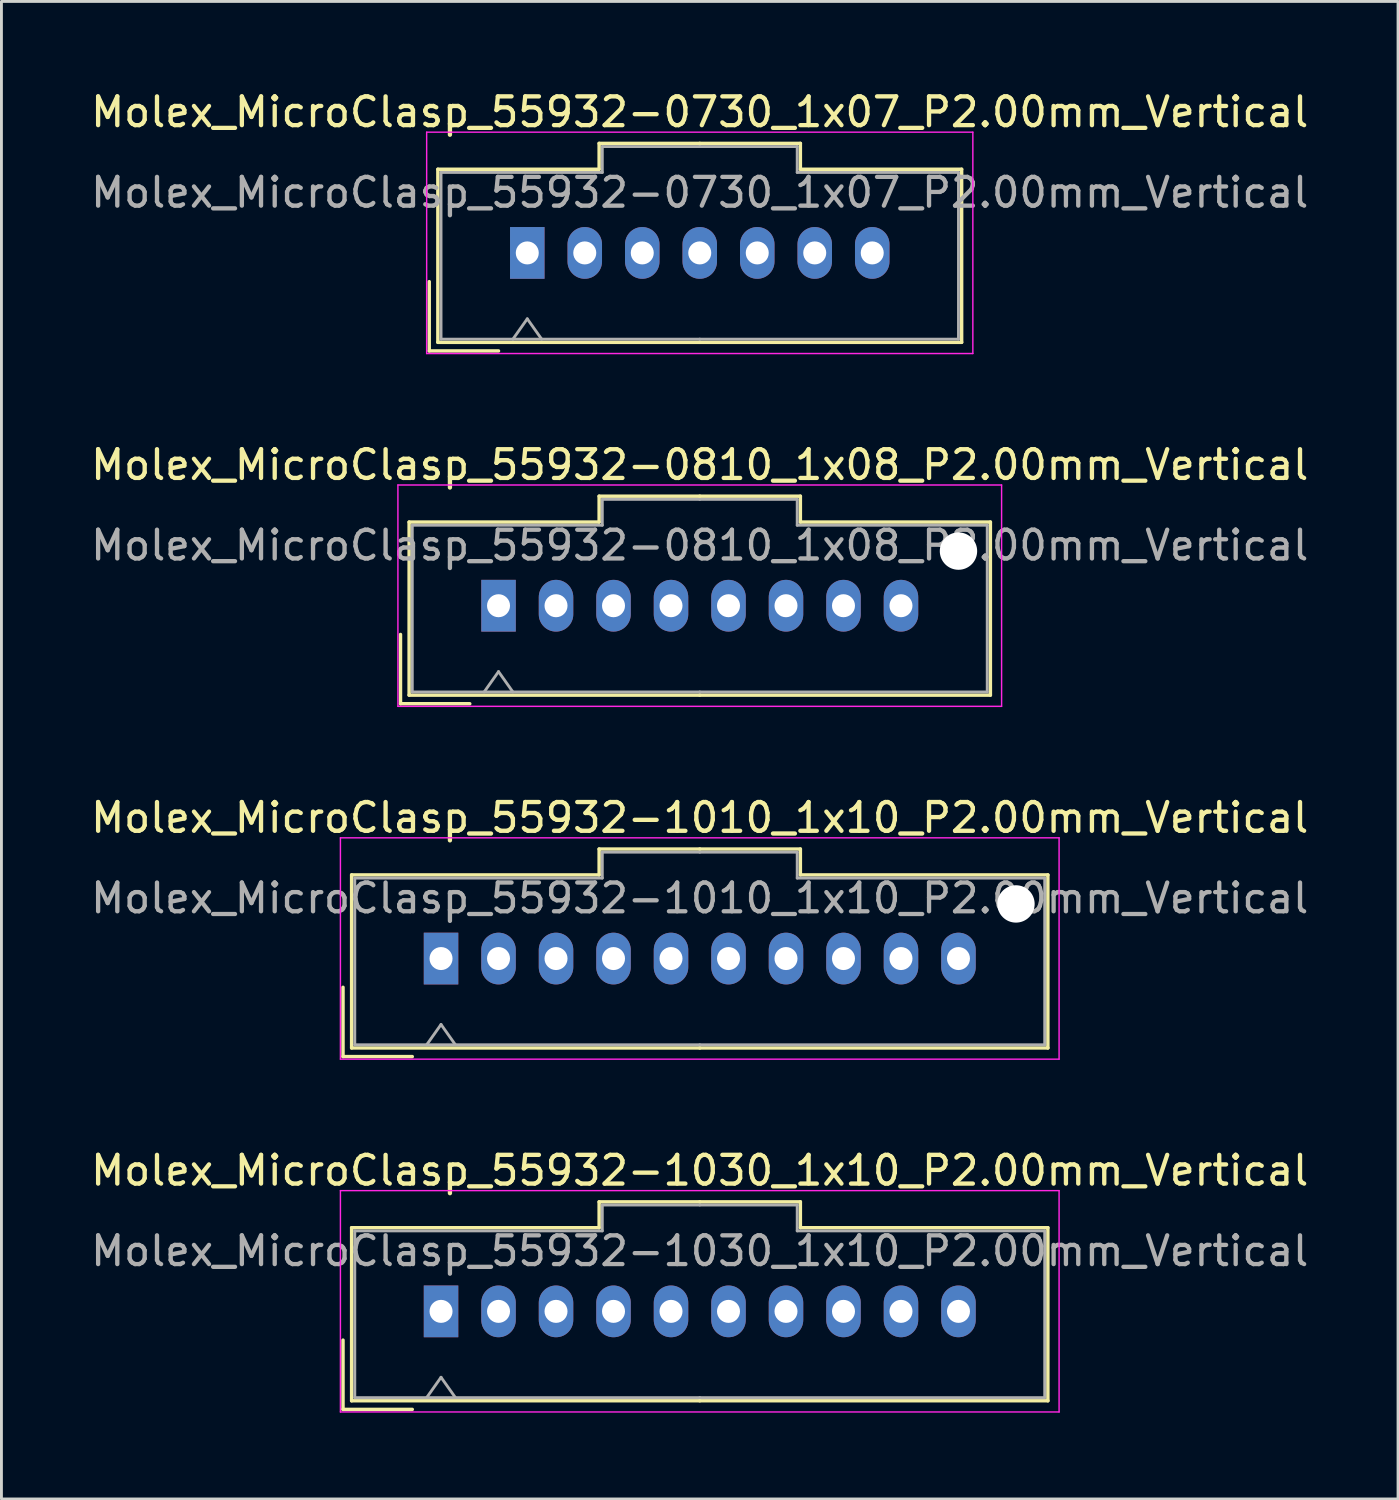
<source format=kicad_pcb>
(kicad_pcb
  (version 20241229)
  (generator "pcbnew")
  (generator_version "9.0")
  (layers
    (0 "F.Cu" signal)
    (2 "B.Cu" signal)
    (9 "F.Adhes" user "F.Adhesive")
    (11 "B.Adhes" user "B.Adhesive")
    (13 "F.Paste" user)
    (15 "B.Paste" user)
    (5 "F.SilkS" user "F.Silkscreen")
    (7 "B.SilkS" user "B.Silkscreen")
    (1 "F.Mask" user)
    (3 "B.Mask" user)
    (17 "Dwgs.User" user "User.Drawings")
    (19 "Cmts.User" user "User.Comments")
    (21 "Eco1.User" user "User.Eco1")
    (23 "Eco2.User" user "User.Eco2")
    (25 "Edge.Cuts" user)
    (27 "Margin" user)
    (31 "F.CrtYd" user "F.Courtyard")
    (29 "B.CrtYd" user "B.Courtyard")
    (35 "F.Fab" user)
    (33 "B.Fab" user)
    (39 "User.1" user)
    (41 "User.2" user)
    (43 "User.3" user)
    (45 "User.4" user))
  (footprint "Molex_MicroClasp_55932-0730_1x07_P2.00mm_Vertical"
    (layer "F.Cu")
    (at 15.292 5.748)
    (property "Reference" "Molex_MicroClasp_55932-0730_1x07_P2.00mm_Vertical" (at 6 -4.9 0) (layer "F.SilkS") (effects (font (size 1 1) (thickness 0.15))))
    (attr through_hole)
    (fp_line (start -3.41 1) (end -3.41 3.41) (stroke (width 0.12) (type solid)) (layer "F.SilkS"))
    (fp_line (start -3.41 3.41) (end -1 3.41) (stroke (width 0.12) (type solid)) (layer "F.SilkS"))
    (fp_line (start -3.11 -2.91) (end -3.11 3.11) (stroke (width 0.12) (type solid)) (layer "F.SilkS"))
    (fp_line (start -3.11 3.11) (end 6 3.11) (stroke (width 0.12) (type solid)) (layer "F.SilkS"))
    (fp_line (start 2.5 -3.81) (end 2.5 -2.91) (stroke (width 0.12) (type solid)) (layer "F.SilkS"))
    (fp_line (start 2.5 -2.91) (end -3.11 -2.91) (stroke (width 0.12) (type solid)) (layer "F.SilkS"))
    (fp_line (start 6 -3.81) (end 2.5 -3.81) (stroke (width 0.12) (type solid)) (layer "F.SilkS"))
    (fp_line (start 6 -3.81) (end 9.5 -3.81) (stroke (width 0.12) (type solid)) (layer "F.SilkS"))
    (fp_line (start 9.5 -3.81) (end 9.5 -2.91) (stroke (width 0.12) (type solid)) (layer "F.SilkS"))
    (fp_line (start 9.5 -2.91) (end 15.11 -2.91) (stroke (width 0.12) (type solid)) (layer "F.SilkS"))
    (fp_line (start 15.11 -2.91) (end 15.11 3.11) (stroke (width 0.12) (type solid)) (layer "F.SilkS"))
    (fp_line (start 15.11 3.11) (end 6 3.11) (stroke (width 0.12) (type solid)) (layer "F.SilkS"))
    (fp_line (start -3.5 -4.2) (end -3.5 3.5) (stroke (width 0.05) (type solid)) (layer "F.CrtYd"))
    (fp_line (start -3.5 3.5) (end 15.5 3.5) (stroke (width 0.05) (type solid)) (layer "F.CrtYd"))
    (fp_line (start 15.5 -4.2) (end -3.5 -4.2) (stroke (width 0.05) (type solid)) (layer "F.CrtYd"))
    (fp_line (start 15.5 3.5) (end 15.5 -4.2) (stroke (width 0.05) (type solid)) (layer "F.CrtYd"))
    (fp_line (start -3 -2.8) (end -3 3) (stroke (width 0.1) (type solid)) (layer "F.Fab"))
    (fp_line (start -3 3) (end 6 3) (stroke (width 0.1) (type solid)) (layer "F.Fab"))
    (fp_line (start -0.5 3) (end 0 2.293) (stroke (width 0.1) (type solid)) (layer "F.Fab"))
    (fp_line (start 0 2.293) (end 0.5 3) (stroke (width 0.1) (type solid)) (layer "F.Fab"))
    (fp_line (start 2.61 -3.7) (end 2.61 -2.8) (stroke (width 0.1) (type solid)) (layer "F.Fab"))
    (fp_line (start 2.61 -2.8) (end -3 -2.8) (stroke (width 0.1) (type solid)) (layer "F.Fab"))
    (fp_line (start 6 -3.7) (end 2.61 -3.7) (stroke (width 0.1) (type solid)) (layer "F.Fab"))
    (fp_line (start 6 -3.7) (end 9.39 -3.7) (stroke (width 0.1) (type solid)) (layer "F.Fab"))
    (fp_line (start 9.39 -3.7) (end 9.39 -2.8) (stroke (width 0.1) (type solid)) (layer "F.Fab"))
    (fp_line (start 9.39 -2.8) (end 15 -2.8) (stroke (width 0.1) (type solid)) (layer "F.Fab"))
    (fp_line (start 15 -2.8) (end 15 3) (stroke (width 0.1) (type solid)) (layer "F.Fab"))
    (fp_line (start 15 3) (end 6 3) (stroke (width 0.1) (type solid)) (layer "F.Fab"))
    (fp_text user "${REFERENCE}" (at 6 -2.1 0) (layer "F.Fab") (effects (font (size 1 1) (thickness 0.15))))
    (pad "1" thru_hole rect (at 0 0) (size 1.2 1.8) (drill 0.8) (layers "*.Cu" "*.Mask"))
    (pad "2" thru_hole oval (at 2 0) (size 1.2 1.8) (drill 0.8) (layers "*.Cu" "*.Mask"))
    (pad "3" thru_hole oval (at 4 0) (size 1.2 1.8) (drill 0.8) (layers "*.Cu" "*.Mask"))
    (pad "4" thru_hole oval (at 6 0) (size 1.2 1.8) (drill 0.8) (layers "*.Cu" "*.Mask"))
    (pad "5" thru_hole oval (at 8 0) (size 1.2 1.8) (drill 0.8) (layers "*.Cu" "*.Mask"))
    (pad "6" thru_hole oval (at 10 0) (size 1.2 1.8) (drill 0.8) (layers "*.Cu" "*.Mask"))
    (pad "7" thru_hole oval (at 12 0) (size 1.2 1.8) (drill 0.8) (layers "*.Cu" "*.Mask")))
  (footprint "Molex_MicroClasp_55932-1030_1x10_P2.00mm_Vertical"
    (layer "F.Cu")
    (at 12.292 42.568)
    (property "Reference" "Molex_MicroClasp_55932-1030_1x10_P2.00mm_Vertical" (at 9 -4.9 0) (layer "F.SilkS") (effects (font (size 1 1) (thickness 0.15))))
    (attr through_hole)
    (fp_line (start -3.41 1) (end -3.41 3.41) (stroke (width 0.12) (type solid)) (layer "F.SilkS"))
    (fp_line (start -3.41 3.41) (end -1 3.41) (stroke (width 0.12) (type solid)) (layer "F.SilkS"))
    (fp_line (start -3.11 -2.91) (end -3.11 3.11) (stroke (width 0.12) (type solid)) (layer "F.SilkS"))
    (fp_line (start -3.11 3.11) (end 9 3.11) (stroke (width 0.12) (type solid)) (layer "F.SilkS"))
    (fp_line (start 5.5 -3.81) (end 5.5 -2.91) (stroke (width 0.12) (type solid)) (layer "F.SilkS"))
    (fp_line (start 5.5 -2.91) (end -3.11 -2.91) (stroke (width 0.12) (type solid)) (layer "F.SilkS"))
    (fp_line (start 9 -3.81) (end 5.5 -3.81) (stroke (width 0.12) (type solid)) (layer "F.SilkS"))
    (fp_line (start 9 -3.81) (end 12.5 -3.81) (stroke (width 0.12) (type solid)) (layer "F.SilkS"))
    (fp_line (start 12.5 -3.81) (end 12.5 -2.91) (stroke (width 0.12) (type solid)) (layer "F.SilkS"))
    (fp_line (start 12.5 -2.91) (end 21.11 -2.91) (stroke (width 0.12) (type solid)) (layer "F.SilkS"))
    (fp_line (start 21.11 -2.91) (end 21.11 3.11) (stroke (width 0.12) (type solid)) (layer "F.SilkS"))
    (fp_line (start 21.11 3.11) (end 9 3.11) (stroke (width 0.12) (type solid)) (layer "F.SilkS"))
    (fp_line (start -3.5 -4.2) (end -3.5 3.5) (stroke (width 0.05) (type solid)) (layer "F.CrtYd"))
    (fp_line (start -3.5 3.5) (end 21.5 3.5) (stroke (width 0.05) (type solid)) (layer "F.CrtYd"))
    (fp_line (start 21.5 -4.2) (end -3.5 -4.2) (stroke (width 0.05) (type solid)) (layer "F.CrtYd"))
    (fp_line (start 21.5 3.5) (end 21.5 -4.2) (stroke (width 0.05) (type solid)) (layer "F.CrtYd"))
    (fp_line (start -3 -2.8) (end -3 3) (stroke (width 0.1) (type solid)) (layer "F.Fab"))
    (fp_line (start -3 3) (end 9 3) (stroke (width 0.1) (type solid)) (layer "F.Fab"))
    (fp_line (start -0.5 3) (end 0 2.293) (stroke (width 0.1) (type solid)) (layer "F.Fab"))
    (fp_line (start 0 2.293) (end 0.5 3) (stroke (width 0.1) (type solid)) (layer "F.Fab"))
    (fp_line (start 5.61 -3.7) (end 5.61 -2.8) (stroke (width 0.1) (type solid)) (layer "F.Fab"))
    (fp_line (start 5.61 -2.8) (end -3 -2.8) (stroke (width 0.1) (type solid)) (layer "F.Fab"))
    (fp_line (start 9 -3.7) (end 5.61 -3.7) (stroke (width 0.1) (type solid)) (layer "F.Fab"))
    (fp_line (start 9 -3.7) (end 12.39 -3.7) (stroke (width 0.1) (type solid)) (layer "F.Fab"))
    (fp_line (start 12.39 -3.7) (end 12.39 -2.8) (stroke (width 0.1) (type solid)) (layer "F.Fab"))
    (fp_line (start 12.39 -2.8) (end 21 -2.8) (stroke (width 0.1) (type solid)) (layer "F.Fab"))
    (fp_line (start 21 -2.8) (end 21 3) (stroke (width 0.1) (type solid)) (layer "F.Fab"))
    (fp_line (start 21 3) (end 9 3) (stroke (width 0.1) (type solid)) (layer "F.Fab"))
    (fp_text user "${REFERENCE}" (at 9 -2.1 0) (layer "F.Fab") (effects (font (size 1 1) (thickness 0.15))))
    (pad "1" thru_hole rect (at 0 0) (size 1.2 1.8) (drill 0.8) (layers "*.Cu" "*.Mask"))
    (pad "2" thru_hole oval (at 2 0) (size 1.2 1.8) (drill 0.8) (layers "*.Cu" "*.Mask"))
    (pad "3" thru_hole oval (at 4 0) (size 1.2 1.8) (drill 0.8) (layers "*.Cu" "*.Mask"))
    (pad "4" thru_hole oval (at 6 0) (size 1.2 1.8) (drill 0.8) (layers "*.Cu" "*.Mask"))
    (pad "5" thru_hole oval (at 8 0) (size 1.2 1.8) (drill 0.8) (layers "*.Cu" "*.Mask"))
    (pad "6" thru_hole oval (at 10 0) (size 1.2 1.8) (drill 0.8) (layers "*.Cu" "*.Mask"))
    (pad "7" thru_hole oval (at 12 0) (size 1.2 1.8) (drill 0.8) (layers "*.Cu" "*.Mask"))
    (pad "8" thru_hole oval (at 14 0) (size 1.2 1.8) (drill 0.8) (layers "*.Cu" "*.Mask"))
    (pad "9" thru_hole oval (at 16 0) (size 1.2 1.8) (drill 0.8) (layers "*.Cu" "*.Mask"))
    (pad "10" thru_hole oval (at 18 0) (size 1.2 1.8) (drill 0.8) (layers "*.Cu" "*.Mask")))
  (footprint "Molex_MicroClasp_55932-1010_1x10_P2.00mm_Vertical"
    (layer "F.Cu")
    (at 12.292 30.295)
    (property "Reference" "Molex_MicroClasp_55932-1010_1x10_P2.00mm_Vertical" (at 9 -4.9 0) (layer "F.SilkS") (effects (font (size 1 1) (thickness 0.15))))
    (attr through_hole)
    (fp_line (start -3.41 1) (end -3.41 3.41) (stroke (width 0.12) (type solid)) (layer "F.SilkS"))
    (fp_line (start -3.41 3.41) (end -1 3.41) (stroke (width 0.12) (type solid)) (layer "F.SilkS"))
    (fp_line (start -3.11 -2.91) (end -3.11 3.11) (stroke (width 0.12) (type solid)) (layer "F.SilkS"))
    (fp_line (start -3.11 3.11) (end 9 3.11) (stroke (width 0.12) (type solid)) (layer "F.SilkS"))
    (fp_line (start 5.5 -3.81) (end 5.5 -2.91) (stroke (width 0.12) (type solid)) (layer "F.SilkS"))
    (fp_line (start 5.5 -2.91) (end -3.11 -2.91) (stroke (width 0.12) (type solid)) (layer "F.SilkS"))
    (fp_line (start 9 -3.81) (end 5.5 -3.81) (stroke (width 0.12) (type solid)) (layer "F.SilkS"))
    (fp_line (start 9 -3.81) (end 12.5 -3.81) (stroke (width 0.12) (type solid)) (layer "F.SilkS"))
    (fp_line (start 12.5 -3.81) (end 12.5 -2.91) (stroke (width 0.12) (type solid)) (layer "F.SilkS"))
    (fp_line (start 12.5 -2.91) (end 21.11 -2.91) (stroke (width 0.12) (type solid)) (layer "F.SilkS"))
    (fp_line (start 21.11 -2.91) (end 21.11 3.11) (stroke (width 0.12) (type solid)) (layer "F.SilkS"))
    (fp_line (start 21.11 3.11) (end 9 3.11) (stroke (width 0.12) (type solid)) (layer "F.SilkS"))
    (fp_line (start -3.5 -4.2) (end -3.5 3.5) (stroke (width 0.05) (type solid)) (layer "F.CrtYd"))
    (fp_line (start -3.5 3.5) (end 21.5 3.5) (stroke (width 0.05) (type solid)) (layer "F.CrtYd"))
    (fp_line (start 21.5 -4.2) (end -3.5 -4.2) (stroke (width 0.05) (type solid)) (layer "F.CrtYd"))
    (fp_line (start 21.5 3.5) (end 21.5 -4.2) (stroke (width 0.05) (type solid)) (layer "F.CrtYd"))
    (fp_line (start -3 -2.8) (end -3 3) (stroke (width 0.1) (type solid)) (layer "F.Fab"))
    (fp_line (start -3 3) (end 9 3) (stroke (width 0.1) (type solid)) (layer "F.Fab"))
    (fp_line (start -0.5 3) (end 0 2.293) (stroke (width 0.1) (type solid)) (layer "F.Fab"))
    (fp_line (start 0 2.293) (end 0.5 3) (stroke (width 0.1) (type solid)) (layer "F.Fab"))
    (fp_line (start 5.61 -3.7) (end 5.61 -2.8) (stroke (width 0.1) (type solid)) (layer "F.Fab"))
    (fp_line (start 5.61 -2.8) (end -3 -2.8) (stroke (width 0.1) (type solid)) (layer "F.Fab"))
    (fp_line (start 9 -3.7) (end 5.61 -3.7) (stroke (width 0.1) (type solid)) (layer "F.Fab"))
    (fp_line (start 9 -3.7) (end 12.39 -3.7) (stroke (width 0.1) (type solid)) (layer "F.Fab"))
    (fp_line (start 12.39 -3.7) (end 12.39 -2.8) (stroke (width 0.1) (type solid)) (layer "F.Fab"))
    (fp_line (start 12.39 -2.8) (end 21 -2.8) (stroke (width 0.1) (type solid)) (layer "F.Fab"))
    (fp_line (start 21 -2.8) (end 21 3) (stroke (width 0.1) (type solid)) (layer "F.Fab"))
    (fp_line (start 21 3) (end 9 3) (stroke (width 0.1) (type solid)) (layer "F.Fab"))
    (fp_text user "${REFERENCE}" (at 9 -2.1 0) (layer "F.Fab") (effects (font (size 1 1) (thickness 0.15))))
    (pad "" np_thru_hole circle (at 20 -1.9) (size 1.3 1.3) (drill 1.3) (layers "*.Cu" "*.Mask"))
    (pad "1" thru_hole rect (at 0 0) (size 1.2 1.8) (drill 0.8) (layers "*.Cu" "*.Mask"))
    (pad "2" thru_hole oval (at 2 0) (size 1.2 1.8) (drill 0.8) (layers "*.Cu" "*.Mask"))
    (pad "3" thru_hole oval (at 4 0) (size 1.2 1.8) (drill 0.8) (layers "*.Cu" "*.Mask"))
    (pad "4" thru_hole oval (at 6 0) (size 1.2 1.8) (drill 0.8) (layers "*.Cu" "*.Mask"))
    (pad "5" thru_hole oval (at 8 0) (size 1.2 1.8) (drill 0.8) (layers "*.Cu" "*.Mask"))
    (pad "6" thru_hole oval (at 10 0) (size 1.2 1.8) (drill 0.8) (layers "*.Cu" "*.Mask"))
    (pad "7" thru_hole oval (at 12 0) (size 1.2 1.8) (drill 0.8) (layers "*.Cu" "*.Mask"))
    (pad "8" thru_hole oval (at 14 0) (size 1.2 1.8) (drill 0.8) (layers "*.Cu" "*.Mask"))
    (pad "9" thru_hole oval (at 16 0) (size 1.2 1.8) (drill 0.8) (layers "*.Cu" "*.Mask"))
    (pad "10" thru_hole oval (at 18 0) (size 1.2 1.8) (drill 0.8) (layers "*.Cu" "*.Mask")))
  (footprint "Molex_MicroClasp_55932-0810_1x08_P2.00mm_Vertical"
    (layer "F.Cu")
    (at 14.292 18.021)
    (property "Reference" "Molex_MicroClasp_55932-0810_1x08_P2.00mm_Vertical" (at 7 -4.9 0) (layer "F.SilkS") (effects (font (size 1 1) (thickness 0.15))))
    (attr through_hole)
    (fp_line (start -3.41 1) (end -3.41 3.41) (stroke (width 0.12) (type solid)) (layer "F.SilkS"))
    (fp_line (start -3.41 3.41) (end -1 3.41) (stroke (width 0.12) (type solid)) (layer "F.SilkS"))
    (fp_line (start -3.11 -2.91) (end -3.11 3.11) (stroke (width 0.12) (type solid)) (layer "F.SilkS"))
    (fp_line (start -3.11 3.11) (end 7 3.11) (stroke (width 0.12) (type solid)) (layer "F.SilkS"))
    (fp_line (start 3.5 -3.81) (end 3.5 -2.91) (stroke (width 0.12) (type solid)) (layer "F.SilkS"))
    (fp_line (start 3.5 -2.91) (end -3.11 -2.91) (stroke (width 0.12) (type solid)) (layer "F.SilkS"))
    (fp_line (start 7 -3.81) (end 3.5 -3.81) (stroke (width 0.12) (type solid)) (layer "F.SilkS"))
    (fp_line (start 7 -3.81) (end 10.5 -3.81) (stroke (width 0.12) (type solid)) (layer "F.SilkS"))
    (fp_line (start 10.5 -3.81) (end 10.5 -2.91) (stroke (width 0.12) (type solid)) (layer "F.SilkS"))
    (fp_line (start 10.5 -2.91) (end 17.11 -2.91) (stroke (width 0.12) (type solid)) (layer "F.SilkS"))
    (fp_line (start 17.11 -2.91) (end 17.11 3.11) (stroke (width 0.12) (type solid)) (layer "F.SilkS"))
    (fp_line (start 17.11 3.11) (end 7 3.11) (stroke (width 0.12) (type solid)) (layer "F.SilkS"))
    (fp_line (start -3.5 -4.2) (end -3.5 3.5) (stroke (width 0.05) (type solid)) (layer "F.CrtYd"))
    (fp_line (start -3.5 3.5) (end 17.5 3.5) (stroke (width 0.05) (type solid)) (layer "F.CrtYd"))
    (fp_line (start 17.5 -4.2) (end -3.5 -4.2) (stroke (width 0.05) (type solid)) (layer "F.CrtYd"))
    (fp_line (start 17.5 3.5) (end 17.5 -4.2) (stroke (width 0.05) (type solid)) (layer "F.CrtYd"))
    (fp_line (start -3 -2.8) (end -3 3) (stroke (width 0.1) (type solid)) (layer "F.Fab"))
    (fp_line (start -3 3) (end 7 3) (stroke (width 0.1) (type solid)) (layer "F.Fab"))
    (fp_line (start -0.5 3) (end 0 2.293) (stroke (width 0.1) (type solid)) (layer "F.Fab"))
    (fp_line (start 0 2.293) (end 0.5 3) (stroke (width 0.1) (type solid)) (layer "F.Fab"))
    (fp_line (start 3.61 -3.7) (end 3.61 -2.8) (stroke (width 0.1) (type solid)) (layer "F.Fab"))
    (fp_line (start 3.61 -2.8) (end -3 -2.8) (stroke (width 0.1) (type solid)) (layer "F.Fab"))
    (fp_line (start 7 -3.7) (end 3.61 -3.7) (stroke (width 0.1) (type solid)) (layer "F.Fab"))
    (fp_line (start 7 -3.7) (end 10.39 -3.7) (stroke (width 0.1) (type solid)) (layer "F.Fab"))
    (fp_line (start 10.39 -3.7) (end 10.39 -2.8) (stroke (width 0.1) (type solid)) (layer "F.Fab"))
    (fp_line (start 10.39 -2.8) (end 17 -2.8) (stroke (width 0.1) (type solid)) (layer "F.Fab"))
    (fp_line (start 17 -2.8) (end 17 3) (stroke (width 0.1) (type solid)) (layer "F.Fab"))
    (fp_line (start 17 3) (end 7 3) (stroke (width 0.1) (type solid)) (layer "F.Fab"))
    (fp_text user "${REFERENCE}" (at 7 -2.1 0) (layer "F.Fab") (effects (font (size 1 1) (thickness 0.15))))
    (pad "" np_thru_hole circle (at 16 -1.9) (size 1.3 1.3) (drill 1.3) (layers "*.Cu" "*.Mask"))
    (pad "1" thru_hole rect (at 0 0) (size 1.2 1.8) (drill 0.8) (layers "*.Cu" "*.Mask"))
    (pad "2" thru_hole oval (at 2 0) (size 1.2 1.8) (drill 0.8) (layers "*.Cu" "*.Mask"))
    (pad "3" thru_hole oval (at 4 0) (size 1.2 1.8) (drill 0.8) (layers "*.Cu" "*.Mask"))
    (pad "4" thru_hole oval (at 6 0) (size 1.2 1.8) (drill 0.8) (layers "*.Cu" "*.Mask"))
    (pad "5" thru_hole oval (at 8 0) (size 1.2 1.8) (drill 0.8) (layers "*.Cu" "*.Mask"))
    (pad "6" thru_hole oval (at 10 0) (size 1.2 1.8) (drill 0.8) (layers "*.Cu" "*.Mask"))
    (pad "7" thru_hole oval (at 12 0) (size 1.2 1.8) (drill 0.8) (layers "*.Cu" "*.Mask"))
    (pad "8" thru_hole oval (at 14 0) (size 1.2 1.8) (drill 0.8) (layers "*.Cu" "*.Mask")))
  (gr_rect
    (start -3 -3)
    (end 45.583 49.093)
    (stroke (width 0.1) (type default))
    (fill no)
    (layer "Edge.Cuts")))
</source>
